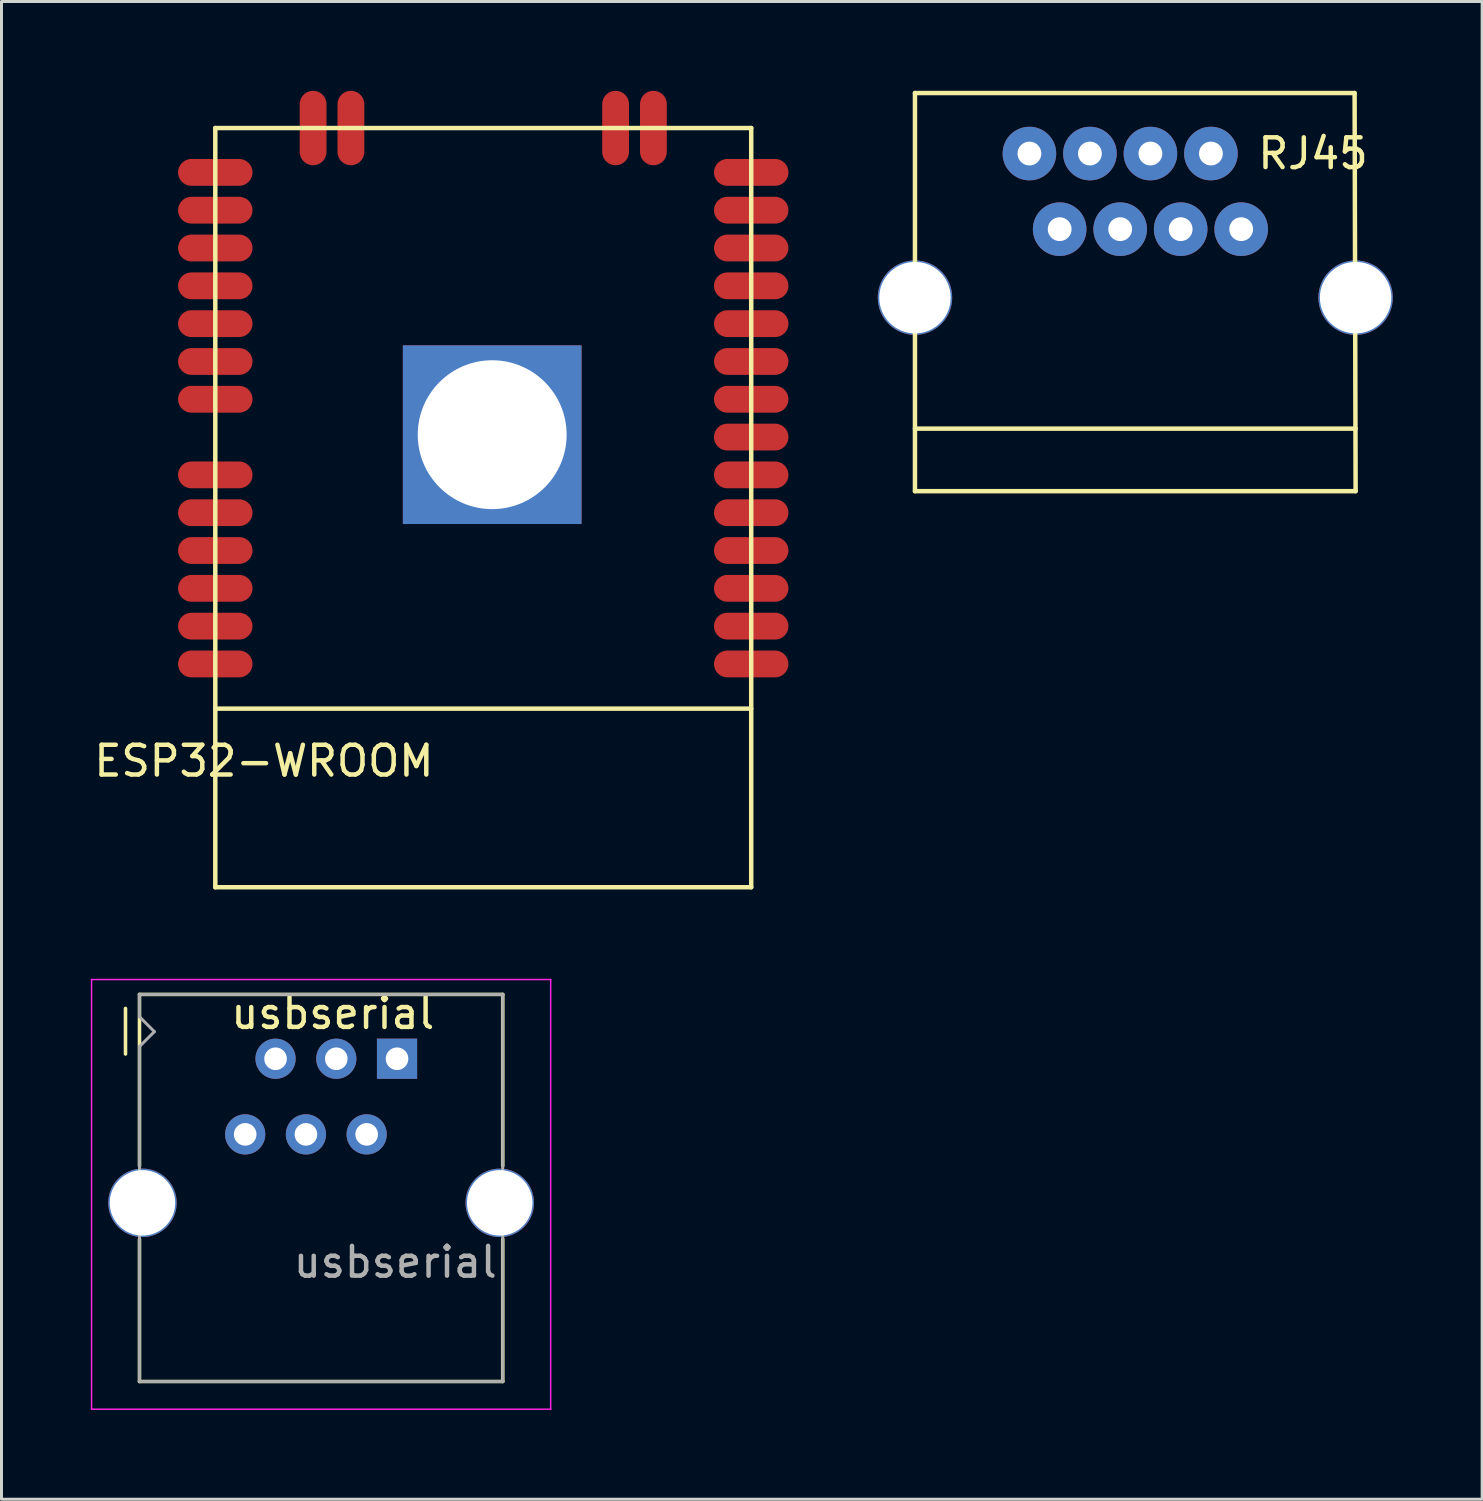
<source format=kicad_pcb>
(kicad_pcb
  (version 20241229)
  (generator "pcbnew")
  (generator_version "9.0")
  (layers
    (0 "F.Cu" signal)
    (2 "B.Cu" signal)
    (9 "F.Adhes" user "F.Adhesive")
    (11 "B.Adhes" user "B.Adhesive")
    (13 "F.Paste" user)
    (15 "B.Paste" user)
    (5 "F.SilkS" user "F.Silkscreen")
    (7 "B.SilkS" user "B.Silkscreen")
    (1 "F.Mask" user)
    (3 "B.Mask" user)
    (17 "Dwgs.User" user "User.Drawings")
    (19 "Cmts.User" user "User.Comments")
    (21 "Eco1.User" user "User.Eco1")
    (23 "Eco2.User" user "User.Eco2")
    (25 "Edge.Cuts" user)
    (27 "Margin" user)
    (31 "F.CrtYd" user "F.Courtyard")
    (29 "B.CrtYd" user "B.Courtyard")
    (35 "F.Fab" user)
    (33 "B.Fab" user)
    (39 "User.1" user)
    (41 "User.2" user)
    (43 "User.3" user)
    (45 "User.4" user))
  (footprint "usbserial"
    (layer "F.Cu")
    (at 10.285 32.51)
    (property "Reference" "usbserial" (at -2.159 -1.524 0) (layer "F.SilkS") (effects (font (size 1 1) (thickness 0.15))))
    (attr through_hole)
    (fp_line (start -9.12 -0.16) (end -9.12 -1.69) (stroke (width 0.12) (type solid)) (layer "F.SilkS"))
    (fp_line (start -8.65 -2.16) (end 3.55 -2.16) (stroke (width 0.12) (type solid)) (layer "F.SilkS"))
    (fp_line (start -8.65 3.6) (end -8.65 -2.16) (stroke (width 0.12) (type solid)) (layer "F.SilkS"))
    (fp_line (start -8.65 6.79) (end -8.65 6.86) (stroke (width 0.1) (type solid)) (layer "F.SilkS"))
    (fp_line (start -8.65 10.84) (end -8.65 6.06) (stroke (width 0.12) (type solid)) (layer "F.SilkS"))
    (fp_line (start 3.55 -2.16) (end 3.55 3.6) (stroke (width 0.12) (type solid)) (layer "F.SilkS"))
    (fp_line (start 3.55 10.84) (end -8.65 10.84) (stroke (width 0.12) (type solid)) (layer "F.SilkS"))
    (fp_line (start 3.55 10.84) (end 3.55 6.06) (stroke (width 0.12) (type solid)) (layer "F.SilkS"))
    (fp_line (start -10.26 -2.66) (end 5.16 -2.66) (stroke (width 0.05) (type solid)) (layer "F.CrtYd"))
    (fp_line (start -10.26 11.77) (end -10.26 -2.66) (stroke (width 0.05) (type solid)) (layer "F.CrtYd"))
    (fp_line (start 5.16 -2.66) (end 5.16 11.77) (stroke (width 0.05) (type solid)) (layer "F.CrtYd"))
    (fp_line (start 5.16 11.77) (end -10.26 11.77) (stroke (width 0.05) (type solid)) (layer "F.CrtYd"))
    (fp_line (start -8.65 -2.16) (end 3.55 -2.16) (stroke (width 0.1) (type solid)) (layer "F.Fab"))
    (fp_line (start -8.65 -1.41) (end -8.65 -2.16) (stroke (width 0.1) (type solid)) (layer "F.Fab"))
    (fp_line (start -8.65 -0.41) (end -8.15 -0.91) (stroke (width 0.1) (type solid)) (layer "F.Fab"))
    (fp_line (start -8.65 10.84) (end -8.65 -0.41) (stroke (width 0.1) (type solid)) (layer "F.Fab"))
    (fp_line (start -8.15 -0.91) (end -8.65 -1.41) (stroke (width 0.1) (type solid)) (layer "F.Fab"))
    (fp_line (start 3.55 -2.16) (end 3.55 10.84) (stroke (width 0.1) (type solid)) (layer "F.Fab"))
    (fp_line (start 3.55 10.84) (end -8.65 10.84) (stroke (width 0.1) (type solid)) (layer "F.Fab"))
    (fp_text user "${REFERENCE}" (at -0.06 6.83 0) (layer "F.Fab") (effects (font (size 1 1) (thickness 0.15))))
    (pad "1" thru_hole rect (at 0 0) (size 1.35 1.35) (drill 0.76) (layers "*.Cu" "*.Mask"))
    (pad "2" thru_hole circle (at -1.02 2.54) (size 1.35 1.35) (drill 0.76) (layers "*.Cu" "*.Mask"))
    (pad "3" thru_hole circle (at -2.04 0) (size 1.35 1.35) (drill 0.76) (layers "*.Cu" "*.Mask"))
    (pad "4" thru_hole circle (at -3.06 2.54) (size 1.35 1.35) (drill 0.76) (layers "*.Cu" "*.Mask"))
    (pad "5" thru_hole circle (at -8.55 4.84) (size 2.3 2.3) (drill 2.2) (layers "*.Cu" "*.Mask"))
    (pad "5" thru_hole circle (at -4.08 0) (size 1.35 1.35) (drill 0.76) (layers "*.Cu" "*.Mask"))
    (pad "5" thru_hole circle (at 3.45 4.84) (size 2.3 2.3) (drill 2.2) (layers "*.Cu" "*.Mask"))
    (pad "6" thru_hole circle (at -5.1 2.54) (size 1.35 1.35) (drill 0.76) (layers "*.Cu" "*.Mask")))
  (footprint "ESP32-WROOM"
    (layer "F.Cu")
    (at 13.181 14)
    (property "Reference" "ESP32-WROOM" (at -7.366 8.509 0) (layer "F.SilkS") (effects (font (size 1 1) (thickness 0.15))))
    (attr through_hole)
    (fp_line (start -9 -12.75) (end 9 -12.75) (stroke (width 0.15) (type solid)) (layer "F.SilkS"))
    (fp_line (start -9 6.75) (end 9 6.75) (stroke (width 0.15) (type solid)) (layer "F.SilkS"))
    (fp_line (start -9 12.75) (end -9 -12.75) (stroke (width 0.15) (type solid)) (layer "F.SilkS"))
    (fp_line (start -9 12.75) (end 9 12.75) (stroke (width 0.15) (type solid)) (layer "F.SilkS"))
    (fp_line (start 9 12.75) (end 9 -12.75) (stroke (width 0.15) (type solid)) (layer "F.SilkS"))
    (pad "1" smd oval (at 9 5.25) (size 2.5 0.9) (layers "F.Cu" "F.Mask" "F.Paste"))
    (pad "2" smd oval (at 9 3.98) (size 2.5 0.9) (layers "F.Cu" "F.Mask" "F.Paste"))
    (pad "3" smd oval (at 9 2.71) (size 2.5 0.9) (layers "F.Cu" "F.Mask" "F.Paste"))
    (pad "4" smd oval (at 9 1.44) (size 2.5 0.9) (layers "F.Cu" "F.Mask" "F.Paste"))
    (pad "5" smd oval (at 9 0.17) (size 2.5 0.9) (layers "F.Cu" "F.Mask" "F.Paste"))
    (pad "6" smd oval (at 9 -1.1) (size 2.5 0.9) (layers "F.Cu" "F.Mask" "F.Paste"))
    (pad "7" smd oval (at 9 -2.37) (size 2.5 0.9) (layers "F.Cu" "F.Mask" "F.Paste"))
    (pad "8" smd oval (at 9 -3.64) (size 2.5 0.9) (layers "F.Cu" "F.Mask" "F.Paste"))
    (pad "9" smd oval (at 9 -4.91) (size 2.5 0.9) (layers "F.Cu" "F.Mask" "F.Paste"))
    (pad "10" smd oval (at 9 -6.18) (size 2.5 0.9) (layers "F.Cu" "F.Mask" "F.Paste"))
    (pad "11" smd oval (at 9 -7.45) (size 2.5 0.9) (layers "F.Cu" "F.Mask" "F.Paste"))
    (pad "12" smd oval (at 9 -8.72) (size 2.5 0.9) (layers "F.Cu" "F.Mask" "F.Paste"))
    (pad "13" smd oval (at 9 -9.99) (size 2.5 0.9) (layers "F.Cu" "F.Mask" "F.Paste"))
    (pad "14" smd oval (at 9 -11.26) (size 2.5 0.9) (layers "F.Cu" "F.Mask" "F.Paste"))
    (pad "15" smd oval (at 5.715 -12.75) (size 0.9 2.5) (layers "F.Cu" "F.Mask" "F.Paste"))
    (pad "16" smd oval (at 4.445 -12.75) (size 0.9 2.5) (layers "F.Cu" "F.Mask" "F.Paste"))
    (pad "23" smd oval (at -4.445 -12.75) (size 0.9 2.5) (layers "F.Cu" "F.Mask" "F.Paste"))
    (pad "24" smd oval (at -5.715 -12.75) (size 0.9 2.5) (layers "F.Cu" "F.Mask" "F.Paste"))
    (pad "25" smd oval (at -9 -11.26) (size 2.5 0.9) (layers "F.Cu" "F.Mask" "F.Paste"))
    (pad "26" smd oval (at -9 -9.99) (size 2.5 0.9) (layers "F.Cu" "F.Mask" "F.Paste"))
    (pad "27" smd oval (at -9 -8.72) (size 2.5 0.9) (layers "F.Cu" "F.Mask" "F.Paste"))
    (pad "28" smd oval (at -9 -7.45) (size 2.5 0.9) (layers "F.Cu" "F.Mask" "F.Paste"))
    (pad "29" smd oval (at -9 -6.18) (size 2.5 0.9) (layers "F.Cu" "F.Mask" "F.Paste"))
    (pad "30" smd oval (at -9 -4.91) (size 2.5 0.9) (layers "F.Cu" "F.Mask" "F.Paste"))
    (pad "31" smd oval (at -9 -3.64) (size 2.5 0.9) (layers "F.Cu" "F.Mask" "F.Paste"))
    (pad "33" smd oval (at -9 -1.1) (size 2.5 0.9) (layers "F.Cu" "F.Mask" "F.Paste"))
    (pad "34" smd oval (at -9 0.17) (size 2.5 0.9) (layers "F.Cu" "F.Mask" "F.Paste"))
    (pad "35" smd oval (at -9 1.44) (size 2.5 0.9) (layers "F.Cu" "F.Mask" "F.Paste"))
    (pad "36" smd oval (at -9 2.71) (size 2.5 0.9) (layers "F.Cu" "F.Mask" "F.Paste"))
    (pad "37" smd oval (at -9 3.98) (size 2.5 0.9) (layers "F.Cu" "F.Mask" "F.Paste"))
    (pad "38" smd oval (at -9 5.25) (size 2.5 0.9) (layers "F.Cu" "F.Mask" "F.Paste"))
    (pad "39" thru_hole rect (at 0.3 -2.45) (size 6 6) (drill 5) (layers "*.Cu" "*.Mask")))
  (footprint "RJ45"
    (layer "F.Cu")
    (at 35.081 4.647)
    (property "Reference" "RJ45" (at 5.969 -2.54 0) (layer "F.SilkS") (effects (font (size 1 1) (thickness 0.15))))
    (attr through_hole)
    (fp_line (start -7.4 -4.572) (end -7.4 8.8) (stroke (width 0.15) (type solid)) (layer "F.SilkS"))
    (fp_line (start -7.4 6.7) (end 7.4 6.7) (stroke (width 0.15) (type solid)) (layer "F.SilkS"))
    (fp_line (start -7.4 8.8) (end 7.4 8.8) (stroke (width 0.15) (type solid)) (layer "F.SilkS"))
    (fp_line (start 7.366 -4.572) (end -7.4 -4.572) (stroke (width 0.15) (type solid)) (layer "F.SilkS"))
    (fp_line (start 7.366 -4.572) (end 7.4 8.8) (stroke (width 0.15) (type solid)) (layer "F.SilkS"))
    (pad "" np_thru_hole circle (at -7.4 2.3) (size 2.5 2.5) (drill 2.4) (layers "*.Cu" "*.Mask"))
    (pad "" np_thru_hole circle (at 7.4 2.3) (size 2.5 2.5) (drill 2.4) (layers "*.Cu" "*.Mask"))
    (pad "1" thru_hole circle (at 3.556 0) (size 1.8 1.8) (drill 0.8) (layers "*.Cu" "*.Mask"))
    (pad "2" thru_hole circle (at 2.54 -2.54) (size 1.8 1.8) (drill 0.8) (layers "*.Cu" "*.Mask"))
    (pad "3" thru_hole circle (at 1.524 0) (size 1.8 1.8) (drill 0.8) (layers "*.Cu" "*.Mask"))
    (pad "4" thru_hole circle (at 0.508 -2.54) (size 1.8 1.8) (drill 0.8) (layers "*.Cu" "*.Mask"))
    (pad "5" thru_hole circle (at -0.508 0) (size 1.8 1.8) (drill 0.8) (layers "*.Cu" "*.Mask"))
    (pad "6" thru_hole circle (at -1.524 -2.54) (size 1.8 1.8) (drill 0.8) (layers "*.Cu" "*.Mask"))
    (pad "7" thru_hole circle (at -2.54 0) (size 1.8 1.8) (drill 0.8) (layers "*.Cu" "*.Mask"))
    (pad "8" thru_hole circle (at -3.556 -2.54) (size 1.8 1.8) (drill 0.8) (layers "*.Cu" "*.Mask")))
  (gr_rect
    (start -3 -3)
    (end 46.731 47.305)
    (stroke (width 0.1) (type default))
    (fill no)
    (layer "Edge.Cuts")))
</source>
